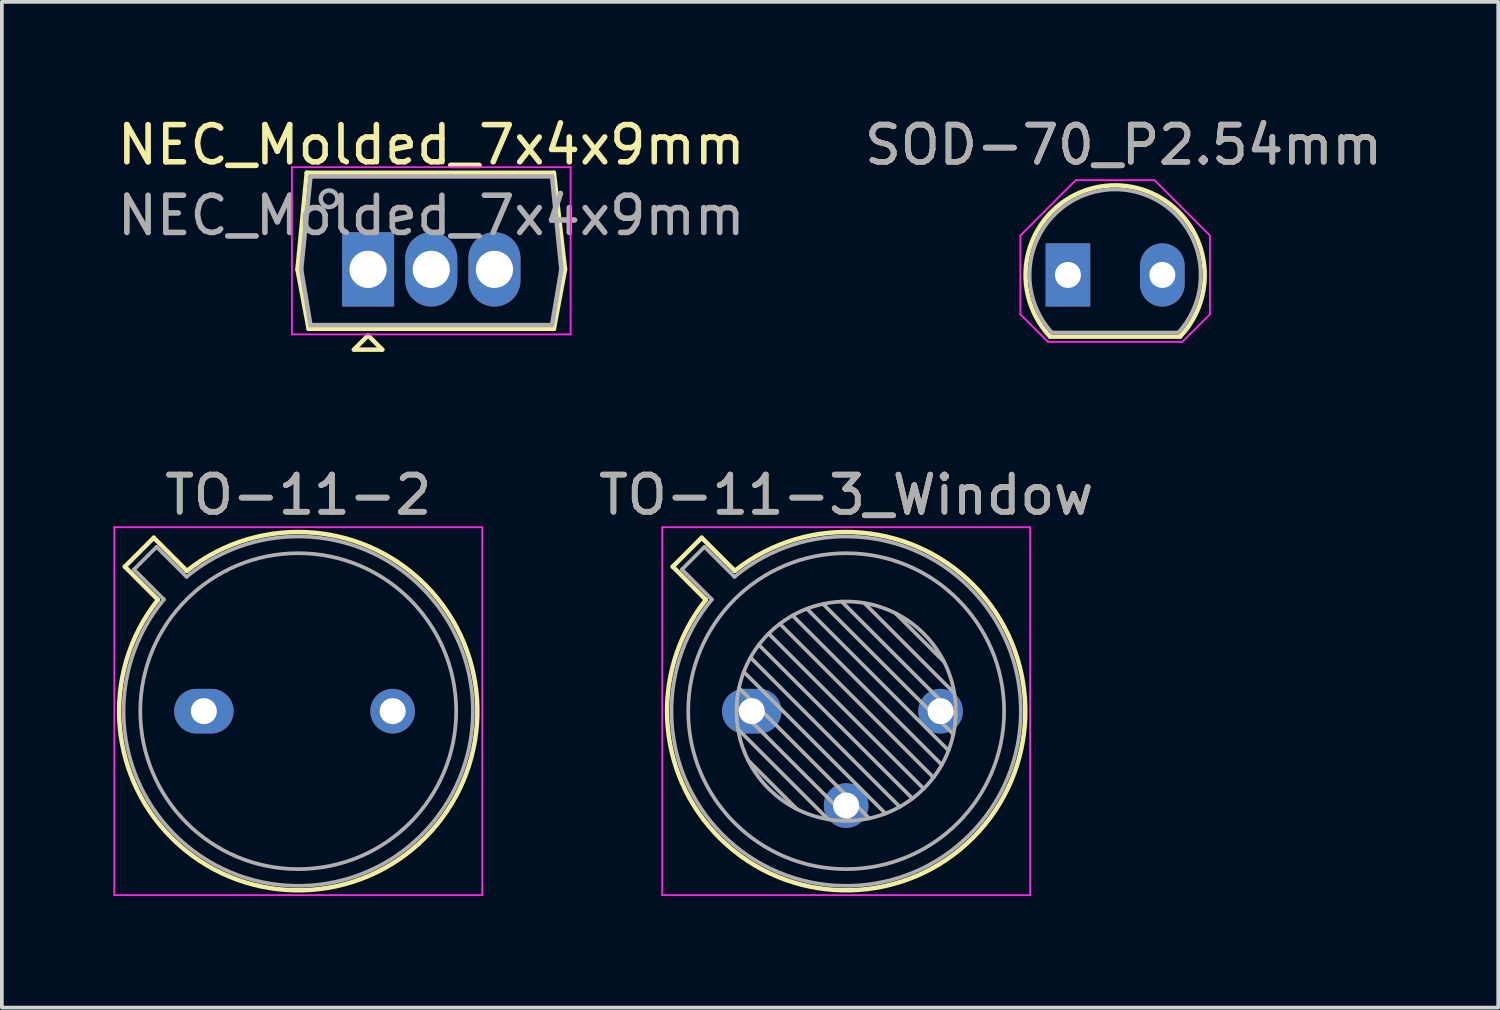
<source format=kicad_pcb>
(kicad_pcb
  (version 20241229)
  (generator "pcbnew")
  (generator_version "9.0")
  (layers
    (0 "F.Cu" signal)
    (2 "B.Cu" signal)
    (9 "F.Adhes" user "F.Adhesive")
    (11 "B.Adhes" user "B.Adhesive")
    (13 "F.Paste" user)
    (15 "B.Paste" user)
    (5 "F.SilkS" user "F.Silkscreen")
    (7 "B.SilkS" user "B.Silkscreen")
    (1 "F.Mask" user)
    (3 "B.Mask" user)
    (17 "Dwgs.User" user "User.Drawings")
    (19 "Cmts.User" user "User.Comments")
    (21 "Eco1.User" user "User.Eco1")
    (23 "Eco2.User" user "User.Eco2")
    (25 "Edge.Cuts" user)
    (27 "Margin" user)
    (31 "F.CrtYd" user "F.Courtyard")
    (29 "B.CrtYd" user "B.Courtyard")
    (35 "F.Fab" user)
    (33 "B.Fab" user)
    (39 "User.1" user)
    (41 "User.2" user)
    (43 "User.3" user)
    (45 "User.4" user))
  (footprint "TO-11-2"
    (layer "F.Cu")
    (at 2.435 16.085)
    (property "Reference" "TO-11-2" (at 2.54 -5.82 0) (layer "F.SilkS") (effects (font (size 1 1) (thickness 0.15))))
    (attr through_hole)
    (fp_line (start -2.126 -3.888) (end -1.235 -2.997) (stroke (width 0.12) (type solid)) (layer "F.SilkS"))
    (fp_line (start -1.348 -4.666) (end -2.126 -3.888) (stroke (width 0.12) (type solid)) (layer "F.SilkS"))
    (fp_line (start -0.457 -3.775) (end -1.348 -4.666) (stroke (width 0.12) (type solid)) (layer "F.SilkS"))
    (fp_arc (start -0.457084 -3.774902) (mid 5.948125 3.408384) (end -1.234674 -2.997371) (stroke (width 0.12) (type solid)) (layer "F.SilkS"))
    (fp_line (start -2.41 -4.95) (end -2.41 4.95) (stroke (width 0.05) (type solid)) (layer "F.CrtYd"))
    (fp_line (start -2.41 4.95) (end 7.49 4.95) (stroke (width 0.05) (type solid)) (layer "F.CrtYd"))
    (fp_line (start 7.49 -4.95) (end -2.41 -4.95) (stroke (width 0.05) (type solid)) (layer "F.CrtYd"))
    (fp_line (start 7.49 4.95) (end 7.49 -4.95) (stroke (width 0.05) (type solid)) (layer "F.CrtYd"))
    (fp_line (start -1.88 -3.812) (end -1.074 -3.005) (stroke (width 0.1) (type solid)) (layer "F.Fab"))
    (fp_line (start -1.272 -4.42) (end -1.88 -3.812) (stroke (width 0.1) (type solid)) (layer "F.Fab"))
    (fp_line (start -0.465 -3.614) (end -1.272 -4.42) (stroke (width 0.1) (type solid)) (layer "F.Fab"))
    (fp_arc (start -0.465408 -3.61352) (mid 5.863443 3.323361) (end -1.073594 -3.005319) (stroke (width 0.1) (type solid)) (layer "F.Fab"))
    (fp_circle (center 2.54 0) (end 6.79 0) (stroke (width 0.1) (type solid)) (fill no) (layer "F.Fab"))
    (fp_text user "${REFERENCE}" (at 2.54 -5.82 0) (layer "F.Fab") (effects (font (size 1 1) (thickness 0.15))))
    (pad "1" thru_hole oval (at 0 0) (size 1.6 1.2) (drill 0.7) (layers "*.Cu" "*.Mask"))
    (pad "2" thru_hole oval (at 5.08 0) (size 1.2 1.2) (drill 0.7) (layers "*.Cu" "*.Mask")))
  (footprint "NEC_Molded_7x4x9mm"
    (layer "F.Cu")
    (at 6.854 4.198)
    (property "Reference" "NEC_Molded_7x4x9mm" (at 1.7 -3.35 0) (layer "F.SilkS") (effects (font (size 1 1) (thickness 0.15))))
    (attr through_hole)
    (fp_line (start -1.9 0) (end -1.6 1.6) (stroke (width 0.12) (type solid)) (layer "F.SilkS"))
    (fp_line (start -1.65 -2.6) (end -1.9 0) (stroke (width 0.12) (type solid)) (layer "F.SilkS"))
    (fp_line (start -1.6 1.6) (end 5 1.6) (stroke (width 0.12) (type solid)) (layer "F.SilkS"))
    (fp_line (start -0.381 2.159) (end 0.381 2.159) (stroke (width 0.12) (type solid)) (layer "F.SilkS"))
    (fp_line (start 0 1.778) (end -0.381 2.159) (stroke (width 0.12) (type solid)) (layer "F.SilkS"))
    (fp_line (start 0.381 2.159) (end 0 1.778) (stroke (width 0.12) (type solid)) (layer "F.SilkS"))
    (fp_line (start 5 -2.6) (end -1.65 -2.6) (stroke (width 0.12) (type solid)) (layer "F.SilkS"))
    (fp_line (start 5 1.6) (end 5.3 0) (stroke (width 0.12) (type solid)) (layer "F.SilkS"))
    (fp_line (start 5.3 0) (end 5 -2.6) (stroke (width 0.12) (type solid)) (layer "F.SilkS"))
    (fp_line (start -2.05 -2.75) (end -2.05 1.75) (stroke (width 0.05) (type solid)) (layer "F.CrtYd"))
    (fp_line (start -2.05 1.75) (end 5.45 1.75) (stroke (width 0.05) (type solid)) (layer "F.CrtYd"))
    (fp_line (start 5.45 -2.75) (end -2.05 -2.75) (stroke (width 0.05) (type solid)) (layer "F.CrtYd"))
    (fp_line (start 5.45 1.75) (end 5.45 -2.75) (stroke (width 0.05) (type solid)) (layer "F.CrtYd"))
    (fp_line (start -1.8 0) (end -1.55 -2.5) (stroke (width 0.12) (type solid)) (layer "F.Fab"))
    (fp_line (start -1.55 1.5) (end -1.8 0) (stroke (width 0.12) (type solid)) (layer "F.Fab"))
    (fp_line (start -1.55 1.5) (end 4.95 1.5) (stroke (width 0.12) (type solid)) (layer "F.Fab"))
    (fp_line (start 4.95 -2.5) (end -1.55 -2.5) (stroke (width 0.12) (type solid)) (layer "F.Fab"))
    (fp_line (start 4.95 -2.5) (end 5.2 0) (stroke (width 0.12) (type solid)) (layer "F.Fab"))
    (fp_line (start 5.2 0) (end 4.95 1.5) (stroke (width 0.12) (type solid)) (layer "F.Fab"))
    (fp_circle (center -1.05 -1.9) (end -0.85 -1.8) (stroke (width 0.12) (type solid)) (fill no) (layer "F.Fab"))
    (fp_text user "${REFERENCE}" (at 1.7 -1.45 0) (layer "F.Fab") (effects (font (size 1 1) (thickness 0.15))))
    (pad "1" thru_hole rect (at 0 0 180) (size 1.4 2) (drill 1) (layers "*.Cu" "*.Mask"))
    (pad "2" thru_hole oval (at 1.7 0 180) (size 1.4 2) (drill 1) (layers "*.Cu" "*.Mask"))
    (pad "3" thru_hole oval (at 3.4 0 180) (size 1.4 2) (drill 1) (layers "*.Cu" "*.Mask")))
  (footprint "SOD-70_P2.54mm"
    (layer "F.Cu")
    (at 25.685 4.348)
    (property "Reference" "SOD-70_P2.54mm" (at 1.5 -3.5 0) (layer "F.SilkS") (effects (font (size 1 1) (thickness 0.15))))
    (attr through_hole)
    (fp_line (start 3.017 1.66) (end -0.477 1.66) (stroke (width 0.12) (type solid)) (layer "F.SilkS"))
    (fp_arc (start -0.477141 1.66) (mid 1.27 -2.41) (end 3.017141 1.66) (stroke (width 0.12) (type solid)) (layer "F.SilkS"))
    (fp_line (start -1.28 1.06) (end -1.28 -1.06) (stroke (width 0.05) (type solid)) (layer "F.CrtYd"))
    (fp_line (start -1.28 1.06) (end -0.54 1.8) (stroke (width 0.05) (type solid)) (layer "F.CrtYd"))
    (fp_line (start 0.21 -2.55) (end -1.28 -1.06) (stroke (width 0.05) (type solid)) (layer "F.CrtYd"))
    (fp_line (start 0.21 -2.55) (end 2.33 -2.55) (stroke (width 0.05) (type solid)) (layer "F.CrtYd"))
    (fp_line (start 2.33 -2.55) (end 3.82 -1.06) (stroke (width 0.05) (type solid)) (layer "F.CrtYd"))
    (fp_line (start 3.08 1.8) (end -0.54 1.8) (stroke (width 0.05) (type solid)) (layer "F.CrtYd"))
    (fp_line (start 3.08 1.8) (end 3.82 1.06) (stroke (width 0.05) (type solid)) (layer "F.CrtYd"))
    (fp_line (start 3.82 -1.06) (end 3.82 1.06) (stroke (width 0.05) (type solid)) (layer "F.CrtYd"))
    (fp_line (start 2.969 1.55) (end -0.429 1.55) (stroke (width 0.1) (type solid)) (layer "F.Fab"))
    (fp_arc (start -0.429265 1.55) (mid 1.27 -2.3) (end 2.969265 1.55) (stroke (width 0.1) (type solid)) (layer "F.Fab"))
    (fp_text user "${REFERENCE}" (at 1.5 -3.5 0) (layer "F.Fab") (effects (font (size 1 1) (thickness 0.15))))
    (pad "1" thru_hole rect (at 0 0) (size 1.2 1.7) (drill 0.7) (layers "*.Cu" "*.Mask"))
    (pad "2" thru_hole oval (at 2.54 0) (size 1.2 1.7) (drill 0.7) (layers "*.Cu" "*.Mask")))
  (footprint "TO-11-3_Window"
    (layer "F.Cu")
    (at 17.178 16.085)
    (property "Reference" "TO-11-3_Window" (at 2.54 -5.82 0) (layer "F.SilkS") (effects (font (size 1 1) (thickness 0.15))))
    (attr through_hole)
    (fp_line (start -2.126 -3.888) (end -1.235 -2.997) (stroke (width 0.12) (type solid)) (layer "F.SilkS"))
    (fp_line (start -1.348 -4.666) (end -2.126 -3.888) (stroke (width 0.12) (type solid)) (layer "F.SilkS"))
    (fp_line (start -0.457 -3.775) (end -1.348 -4.666) (stroke (width 0.12) (type solid)) (layer "F.SilkS"))
    (fp_arc (start -0.457084 -3.774902) (mid 5.948125 3.408384) (end -1.234674 -2.997371) (stroke (width 0.12) (type solid)) (layer "F.SilkS"))
    (fp_line (start -2.41 -4.95) (end -2.41 4.95) (stroke (width 0.05) (type solid)) (layer "F.CrtYd"))
    (fp_line (start -2.41 4.95) (end 7.49 4.95) (stroke (width 0.05) (type solid)) (layer "F.CrtYd"))
    (fp_line (start 7.49 -4.95) (end -2.41 -4.95) (stroke (width 0.05) (type solid)) (layer "F.CrtYd"))
    (fp_line (start 7.49 4.95) (end 7.49 -4.95) (stroke (width 0.05) (type solid)) (layer "F.CrtYd"))
    (fp_line (start -1.88 -3.812) (end -1.074 -3.005) (stroke (width 0.1) (type solid)) (layer "F.Fab"))
    (fp_line (start -1.272 -4.42) (end -1.88 -3.812) (stroke (width 0.1) (type solid)) (layer "F.Fab"))
    (fp_line (start -0.465 -3.614) (end -1.272 -4.42) (stroke (width 0.1) (type solid)) (layer "F.Fab"))
    (fp_line (start -0.408 -0.12) (end 2.66 2.948) (stroke (width 0.1) (type solid)) (layer "F.Fab"))
    (fp_line (start -0.371 0.485) (end 2.055 2.911) (stroke (width 0.1) (type solid)) (layer "F.Fab"))
    (fp_line (start -0.344 -0.622) (end 3.162 2.884) (stroke (width 0.1) (type solid)) (layer "F.Fab"))
    (fp_line (start -0.215 -1.058) (end 3.598 2.755) (stroke (width 0.1) (type solid)) (layer "F.Fab"))
    (fp_line (start -0.097 1.324) (end 1.216 2.637) (stroke (width 0.1) (type solid)) (layer "F.Fab"))
    (fp_line (start -0.034 -1.443) (end 3.983 2.574) (stroke (width 0.1) (type solid)) (layer "F.Fab"))
    (fp_line (start 0.19 -1.784) (end 4.324 2.35) (stroke (width 0.1) (type solid)) (layer "F.Fab"))
    (fp_line (start 0.454 -2.086) (end 4.626 2.086) (stroke (width 0.1) (type solid)) (layer "F.Fab"))
    (fp_line (start 0.756 -2.35) (end 4.89 1.784) (stroke (width 0.1) (type solid)) (layer "F.Fab"))
    (fp_line (start 1.097 -2.574) (end 5.114 1.443) (stroke (width 0.1) (type solid)) (layer "F.Fab"))
    (fp_line (start 1.482 -2.755) (end 5.295 1.058) (stroke (width 0.1) (type solid)) (layer "F.Fab"))
    (fp_line (start 1.918 -2.884) (end 5.424 0.622) (stroke (width 0.1) (type solid)) (layer "F.Fab"))
    (fp_line (start 2.42 -2.948) (end 5.488 0.12) (stroke (width 0.1) (type solid)) (layer "F.Fab"))
    (fp_line (start 3.025 -2.911) (end 5.451 -0.485) (stroke (width 0.1) (type solid)) (layer "F.Fab"))
    (fp_line (start 3.864 -2.637) (end 5.177 -1.324) (stroke (width 0.1) (type solid)) (layer "F.Fab"))
    (fp_arc (start -0.465408 -3.61352) (mid 5.863443 3.323361) (end -1.073594 -3.005319) (stroke (width 0.1) (type solid)) (layer "F.Fab"))
    (fp_circle (center 2.54 0) (end 5.49 0) (stroke (width 0.1) (type solid)) (fill no) (layer "F.Fab"))
    (fp_circle (center 2.54 0) (end 6.79 0) (stroke (width 0.1) (type solid)) (fill no) (layer "F.Fab"))
    (fp_text user "${REFERENCE}" (at 2.54 -5.82 0) (layer "F.Fab") (effects (font (size 1 1) (thickness 0.15))))
    (pad "1" thru_hole oval (at 0 0) (size 1.6 1.2) (drill 0.7) (layers "*.Cu" "*.Mask"))
    (pad "2" thru_hole oval (at 2.54 2.54) (size 1.2 1.2) (drill 0.7) (layers "*.Cu" "*.Mask"))
    (pad "3" thru_hole oval (at 5.08 0) (size 1.2 1.2) (drill 0.7) (layers "*.Cu" "*.Mask")))
  (gr_rect
    (start -3 -3)
    (end 37.262 24.061)
    (stroke (width 0.1) (type default))
    (fill no)
    (layer "Edge.Cuts")))
</source>
